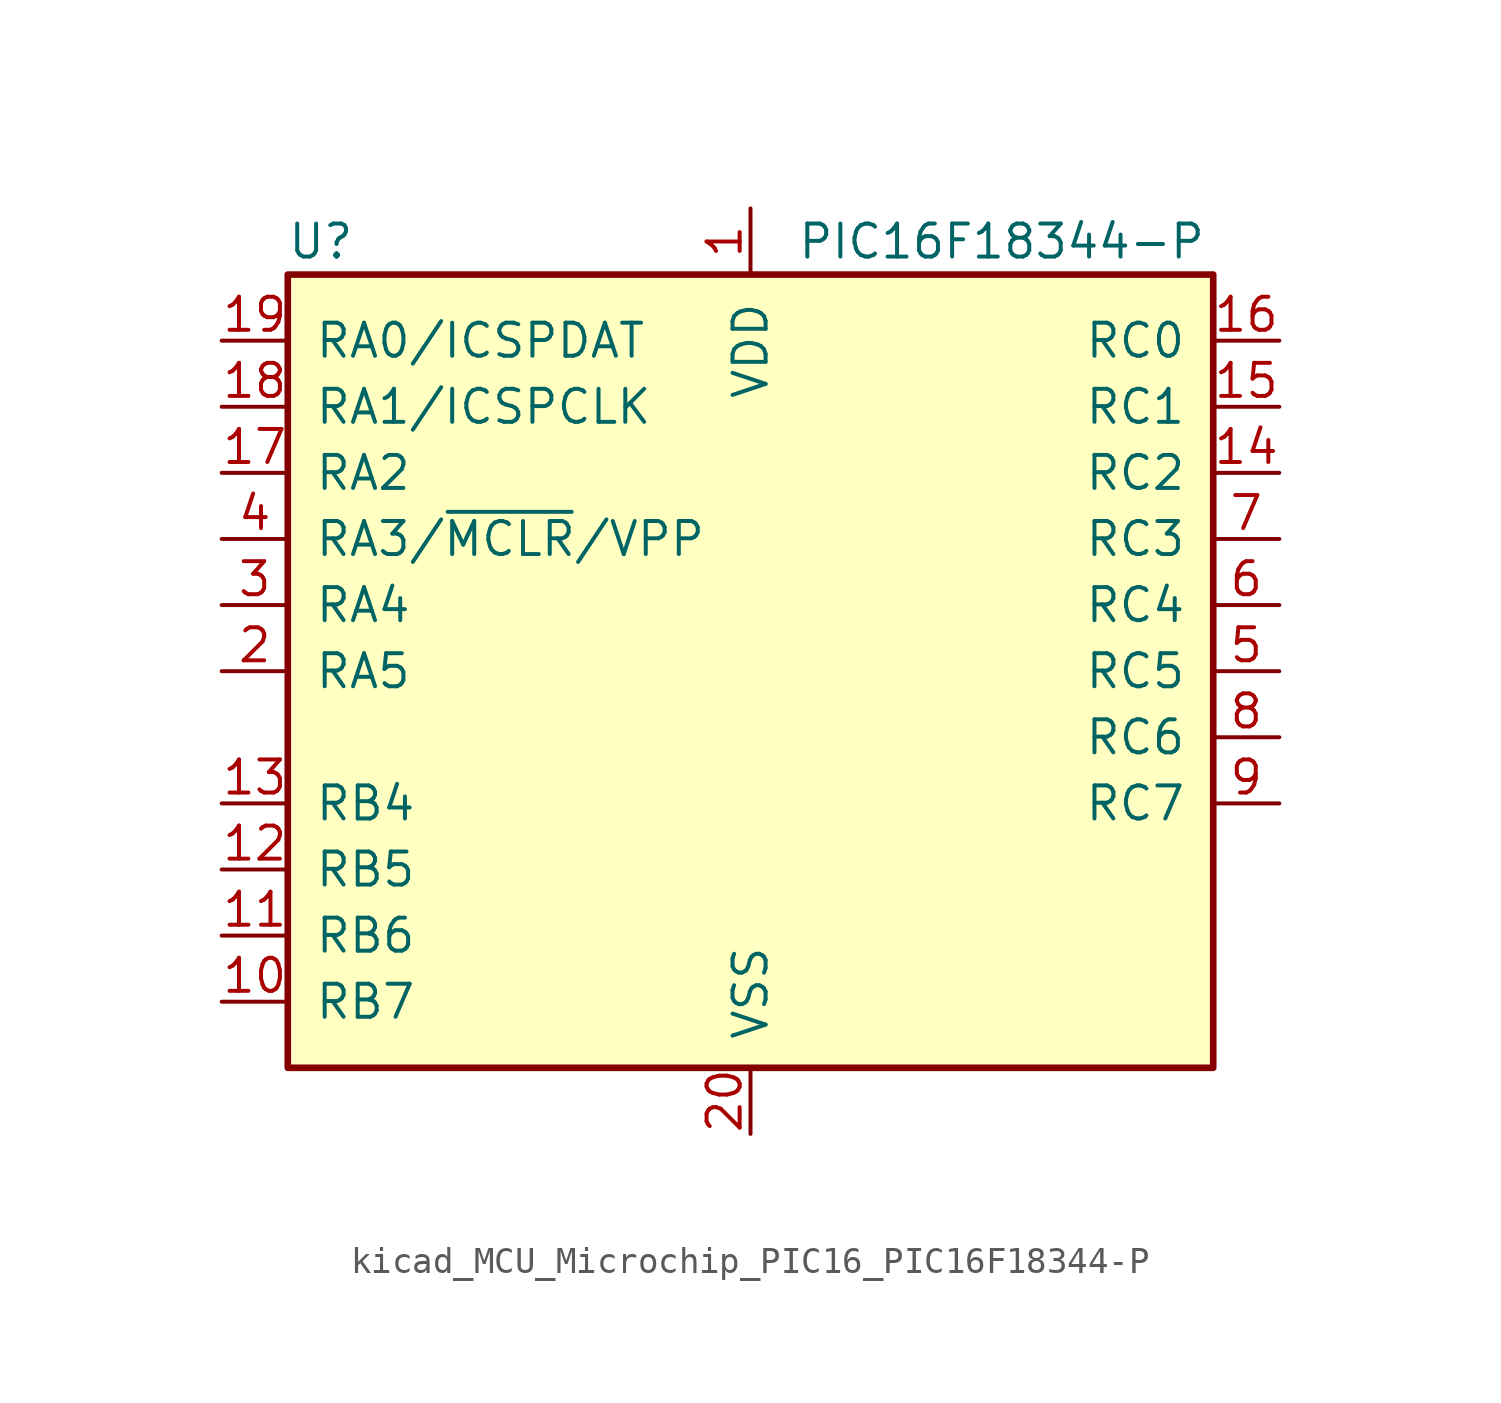
<source format=kicad_sym>
(kicad_symbol_lib
  (version 20220914)
  (generator kicad_symbol_editor)
  (symbol "kicad_MCU_Microchip_PIC16_PIC16F18344-P"
    (pin_names
      (offset 1.016))
    (property "Reference" "U"
      (at -16.51 16.51 0)
      (effects (font (size 1.27 1.27))))
    (property "Value" "PIC16F18344-P"
      (at 9.652 16.51 0)
      (effects (font (size 1.27 1.27))))
    (symbol "kicad_MCU_Microchip_PIC16_PIC16F18344-P_0_1"
      (rectangle (start -17.78 15.24) (end 17.78 -15.24) (stroke (width 0.254) (type default)) (fill (type background))))
    (symbol "kicad_MCU_Microchip_PIC16_PIC16F18344-P_1_1"
      (pin power_in line (at 0 17.78 270) (length 2.54) (name "VDD" (effects (font (size 1.27 1.27)))) (number "1" (effects (font (size 1.27 1.27)))))
      (pin bidirectional line (at -20.32 -12.7 0) (length 2.54) (name "RB7" (effects (font (size 1.27 1.27)))) (number "10" (effects (font (size 1.27 1.27)))))
      (pin bidirectional line (at -20.32 -10.16 0) (length 2.54) (name "RB6" (effects (font (size 1.27 1.27)))) (number "11" (effects (font (size 1.27 1.27)))))
      (pin bidirectional line (at -20.32 -7.62 0) (length 2.54) (name "RB5" (effects (font (size 1.27 1.27)))) (number "12" (effects (font (size 1.27 1.27)))))
      (pin bidirectional line (at -20.32 -5.08 0) (length 2.54) (name "RB4" (effects (font (size 1.27 1.27)))) (number "13" (effects (font (size 1.27 1.27)))))
      (pin bidirectional line (at 20.32 7.62 180) (length 2.54) (name "RC2" (effects (font (size 1.27 1.27)))) (number "14" (effects (font (size 1.27 1.27)))))
      (pin bidirectional line (at 20.32 10.16 180) (length 2.54) (name "RC1" (effects (font (size 1.27 1.27)))) (number "15" (effects (font (size 1.27 1.27)))))
      (pin bidirectional line (at 20.32 12.7 180) (length 2.54) (name "RC0" (effects (font (size 1.27 1.27)))) (number "16" (effects (font (size 1.27 1.27)))))
      (pin bidirectional line (at -20.32 7.62 0) (length 2.54) (name "RA2" (effects (font (size 1.27 1.27)))) (number "17" (effects (font (size 1.27 1.27)))))
      (pin bidirectional line (at -20.32 10.16 0) (length 2.54) (name "RA1/ICSPCLK" (effects (font (size 1.27 1.27)))) (number "18" (effects (font (size 1.27 1.27)))))
      (pin bidirectional line (at -20.32 12.7 0) (length 2.54) (name "RA0/ICSPDAT" (effects (font (size 1.27 1.27)))) (number "19" (effects (font (size 1.27 1.27)))))
      (pin bidirectional line (at -20.32 0 0) (length 2.54) (name "RA5" (effects (font (size 1.27 1.27)))) (number "2" (effects (font (size 1.27 1.27)))))
      (pin power_in line (at 0 -17.78 90) (length 2.54) (name "VSS" (effects (font (size 1.27 1.27)))) (number "20" (effects (font (size 1.27 1.27)))))
      (pin bidirectional line (at -20.32 2.54 0) (length 2.54) (name "RA4" (effects (font (size 1.27 1.27)))) (number "3" (effects (font (size 1.27 1.27)))))
      (pin bidirectional line (at -20.32 5.08 0) (length 2.54) (name "RA3/~{MCLR}/VPP" (effects (font (size 1.27 1.27)))) (number "4" (effects (font (size 1.27 1.27)))))
      (pin bidirectional line (at 20.32 0 180) (length 2.54) (name "RC5" (effects (font (size 1.27 1.27)))) (number "5" (effects (font (size 1.27 1.27)))))
      (pin bidirectional line (at 20.32 2.54 180) (length 2.54) (name "RC4" (effects (font (size 1.27 1.27)))) (number "6" (effects (font (size 1.27 1.27)))))
      (pin bidirectional line (at 20.32 5.08 180) (length 2.54) (name "RC3" (effects (font (size 1.27 1.27)))) (number "7" (effects (font (size 1.27 1.27)))))
      (pin bidirectional line (at 20.32 -2.54 180) (length 2.54) (name "RC6" (effects (font (size 1.27 1.27)))) (number "8" (effects (font (size 1.27 1.27)))))
      (pin bidirectional line (at 20.32 -5.08 180) (length 2.54) (name "RC7" (effects (font (size 1.27 1.27)))) (number "9" (effects (font (size 1.27 1.27))))))))
</source>
